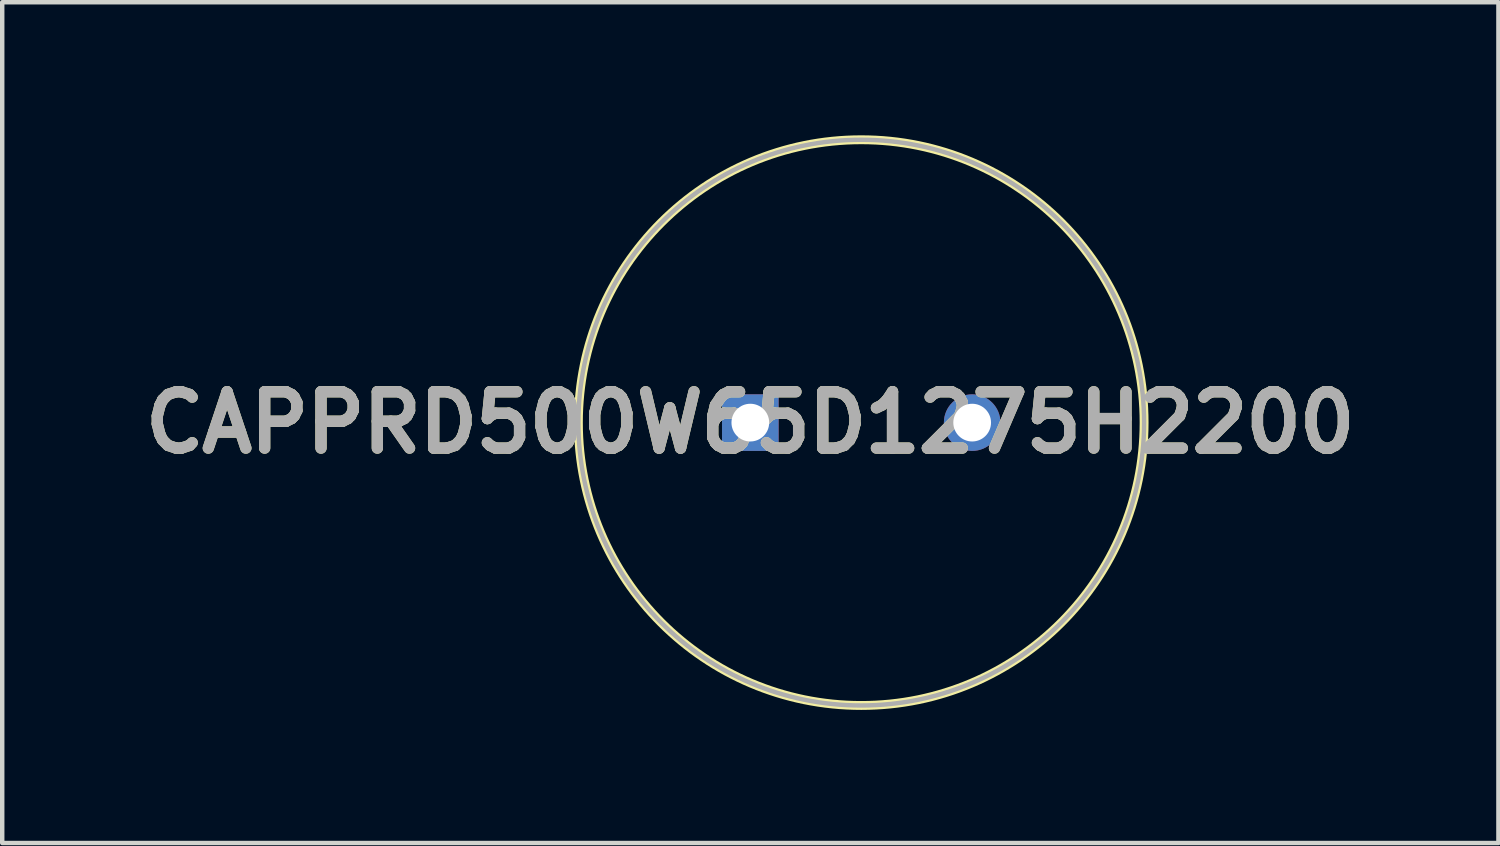
<source format=kicad_pcb>
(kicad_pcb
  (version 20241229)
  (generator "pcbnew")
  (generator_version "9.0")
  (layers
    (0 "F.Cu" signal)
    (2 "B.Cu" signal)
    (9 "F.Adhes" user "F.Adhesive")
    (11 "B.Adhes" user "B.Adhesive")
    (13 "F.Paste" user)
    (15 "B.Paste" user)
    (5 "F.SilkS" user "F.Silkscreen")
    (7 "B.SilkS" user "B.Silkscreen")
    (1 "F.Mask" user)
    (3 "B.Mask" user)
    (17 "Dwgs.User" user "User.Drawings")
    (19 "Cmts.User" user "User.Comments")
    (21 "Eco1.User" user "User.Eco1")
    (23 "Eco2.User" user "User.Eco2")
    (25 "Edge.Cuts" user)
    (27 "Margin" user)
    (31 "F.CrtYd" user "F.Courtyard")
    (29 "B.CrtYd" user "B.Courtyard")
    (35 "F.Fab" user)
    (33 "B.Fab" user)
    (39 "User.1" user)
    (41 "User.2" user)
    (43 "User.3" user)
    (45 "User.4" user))
  (footprint "CAPPRD500W65D1275H2200"
    (layer "F.Cu")
    (at 13.861 6.475)
    (property "Reference" "CAPPRD500W65D1275H2200" (at 0 0 0) (layer "F.SilkS") (effects (font (size 1.27 1.27) (thickness 0.254))))
    (attr through_hole)
    (fp_circle (center 2.5 0) (end 2.5 6.375) (stroke (width 0.2) (type solid)) (fill no) (layer "F.SilkS"))
    (fp_circle (center 2.5 0) (end 2.5 6.375) (stroke (width 0.1) (type solid)) (fill no) (layer "F.Fab"))
    (fp_text user "${REFERENCE}" (at 0 0 0) (layer "F.Fab") (effects (font (size 1.27 1.27) (thickness 0.254))))
    (pad "1" thru_hole rect (at 0 0) (size 1.275 1.275) (drill 0.85) (layers "*.Cu" "*.Mask"))
    (pad "2" thru_hole circle (at 5 0) (size 1.275 1.275) (drill 0.85) (layers "*.Cu" "*.Mask")))
  (gr_rect
    (start -3 -3)
    (end 30.722 15.95)
    (stroke (width 0.1) (type default))
    (fill no)
    (layer "Edge.Cuts")))
</source>
